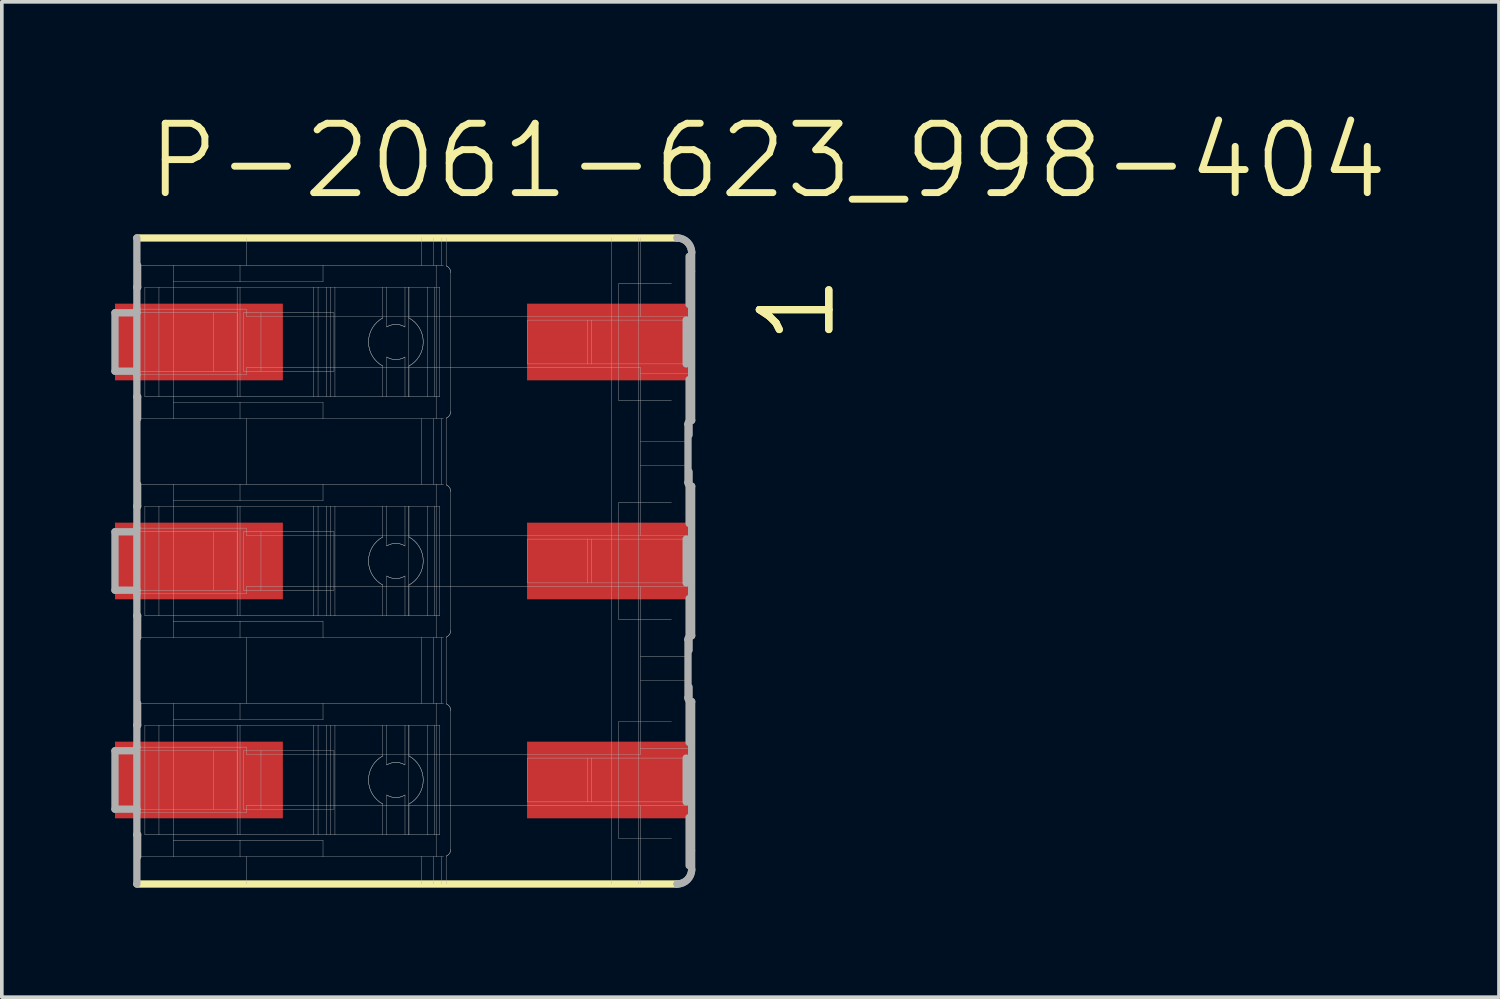
<source format=kicad_pcb>
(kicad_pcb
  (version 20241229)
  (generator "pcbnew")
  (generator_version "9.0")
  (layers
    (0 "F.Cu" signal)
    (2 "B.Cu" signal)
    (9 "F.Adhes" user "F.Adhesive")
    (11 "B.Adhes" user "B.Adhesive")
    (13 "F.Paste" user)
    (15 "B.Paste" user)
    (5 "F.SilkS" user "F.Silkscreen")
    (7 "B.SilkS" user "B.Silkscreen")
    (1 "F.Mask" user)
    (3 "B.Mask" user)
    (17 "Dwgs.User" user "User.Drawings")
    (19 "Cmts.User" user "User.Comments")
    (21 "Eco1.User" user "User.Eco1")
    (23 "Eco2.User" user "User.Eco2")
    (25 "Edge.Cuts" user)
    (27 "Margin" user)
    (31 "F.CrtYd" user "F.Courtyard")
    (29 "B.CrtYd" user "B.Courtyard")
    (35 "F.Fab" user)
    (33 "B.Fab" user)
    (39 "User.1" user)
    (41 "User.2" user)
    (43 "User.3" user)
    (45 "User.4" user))
  (footprint "P-2061-623_998-404"
    (layer "F.Cu")
    (at 8 12.32)
    (property "Reference" "P-2061-623_998-404" (at -7.1 -9.85 0) (layer "F.SilkS") (effects (font (size 1.9 1.9) (thickness 0.19)) (justify left bottom)))
    (attr through_hole)
    (fp_line (start 7.495 -8.85) (end -7.3 -8.85) (stroke (width 0.2) (type solid)) (layer "F.SilkS"))
    (fp_line (start 7.495 8.85) (end -7.3 8.85) (stroke (width 0.2) (type solid)) (layer "F.SilkS"))
    (fp_line (start -7.9 -6.8) (end -7.3 -6.8) (stroke (width 0.2) (type solid)) (layer "F.Fab"))
    (fp_line (start -7.9 -5.2) (end -7.9 -6.8) (stroke (width 0.2) (type solid)) (layer "F.Fab"))
    (fp_line (start -7.9 -5.2) (end -7.35 -5.2) (stroke (width 0.2) (type solid)) (layer "F.Fab"))
    (fp_line (start -7.9 -0.8) (end -7.35 -0.8) (stroke (width 0.2) (type solid)) (layer "F.Fab"))
    (fp_line (start -7.9 0.8) (end -7.9 -0.8) (stroke (width 0.2) (type solid)) (layer "F.Fab"))
    (fp_line (start -7.9 0.8) (end -7.3 0.8) (stroke (width 0.2) (type solid)) (layer "F.Fab"))
    (fp_line (start -7.9 5.2) (end -7.35 5.2) (stroke (width 0.2) (type solid)) (layer "F.Fab"))
    (fp_line (start -7.9 6.8) (end -7.9 5.2) (stroke (width 0.2) (type solid)) (layer "F.Fab"))
    (fp_line (start -7.9 6.8) (end -7.3 6.8) (stroke (width 0.2) (type solid)) (layer "F.Fab"))
    (fp_line (start -7.35 -5.2) (end -5.2 -5.2) (stroke (width 0.01) (type solid)) (layer "F.Fab"))
    (fp_line (start -7.35 -0.8) (end -5.2 -0.8) (stroke (width 0.01) (type solid)) (layer "F.Fab"))
    (fp_line (start -7.35 5.2) (end -5.2 5.2) (stroke (width 0.01) (type solid)) (layer "F.Fab"))
    (fp_line (start -7.3 -7.5) (end -7.3 -8.85) (stroke (width 0.2) (type solid)) (layer "F.Fab"))
    (fp_line (start -7.3 -6.9) (end -7.3 -7.5) (stroke (width 0.2) (type solid)) (layer "F.Fab"))
    (fp_line (start -7.3 -6.8) (end -7.3 -6.9) (stroke (width 0.2) (type solid)) (layer "F.Fab"))
    (fp_line (start -7.3 -6.8) (end -5.2 -6.8) (stroke (width 0.01) (type solid)) (layer "F.Fab"))
    (fp_line (start -7.3 -5.1) (end -7.3 -6.8) (stroke (width 0.2) (type solid)) (layer "F.Fab"))
    (fp_line (start -7.3 -4.5) (end -7.3 -5.1) (stroke (width 0.2) (type solid)) (layer "F.Fab"))
    (fp_line (start -7.3 -1.5) (end -7.3 -4.5) (stroke (width 0.2) (type solid)) (layer "F.Fab"))
    (fp_line (start -7.3 -0.9) (end -7.3 -1.5) (stroke (width 0.2) (type solid)) (layer "F.Fab"))
    (fp_line (start -7.3 0.8) (end -7.3 -0.9) (stroke (width 0.2) (type solid)) (layer "F.Fab"))
    (fp_line (start -7.3 0.8) (end -5.2 0.8) (stroke (width 0.01) (type solid)) (layer "F.Fab"))
    (fp_line (start -7.3 0.9) (end -7.3 0.8) (stroke (width 0.2) (type solid)) (layer "F.Fab"))
    (fp_line (start -7.3 1.5) (end -7.3 0.9) (stroke (width 0.2) (type solid)) (layer "F.Fab"))
    (fp_line (start -7.3 4.5) (end -7.3 1.5) (stroke (width 0.2) (type solid)) (layer "F.Fab"))
    (fp_line (start -7.3 5.1) (end -7.3 4.5) (stroke (width 0.2) (type solid)) (layer "F.Fab"))
    (fp_line (start -7.3 6.8) (end -7.3 5.1) (stroke (width 0.2) (type solid)) (layer "F.Fab"))
    (fp_line (start -7.3 6.8) (end -5.2 6.8) (stroke (width 0.01) (type solid)) (layer "F.Fab"))
    (fp_line (start -7.3 6.9) (end -7.3 6.8) (stroke (width 0.2) (type solid)) (layer "F.Fab"))
    (fp_line (start -7.3 7.5) (end -7.3 6.9) (stroke (width 0.2) (type solid)) (layer "F.Fab"))
    (fp_line (start -7.3 8.85) (end -7.3 7.5) (stroke (width 0.2) (type solid)) (layer "F.Fab"))
    (fp_line (start -7.279 -8.1) (end -7.279 -7.5) (stroke (width 0.2) (type solid)) (layer "F.Fab"))
    (fp_line (start -7.279 -7.5) (end -7.3 -7.5) (stroke (width 0.2) (type solid)) (layer "F.Fab"))
    (fp_line (start -7.279 -4.5) (end -7.3 -4.5) (stroke (width 0.2) (type solid)) (layer "F.Fab"))
    (fp_line (start -7.279 -4.5) (end -7.279 -3.9) (stroke (width 0.2) (type solid)) (layer "F.Fab"))
    (fp_line (start -7.279 -3.9) (end -6.3 -3.9) (stroke (width 0.01) (type solid)) (layer "F.Fab"))
    (fp_line (start -7.279 -2.1) (end -7.279 -1.5) (stroke (width 0.2) (type solid)) (layer "F.Fab"))
    (fp_line (start -7.279 -1.5) (end -7.3 -1.5) (stroke (width 0.2) (type solid)) (layer "F.Fab"))
    (fp_line (start -7.279 1.5) (end -7.3 1.5) (stroke (width 0.2) (type solid)) (layer "F.Fab"))
    (fp_line (start -7.279 1.5) (end -7.279 2.1) (stroke (width 0.2) (type solid)) (layer "F.Fab"))
    (fp_line (start -7.279 2.1) (end -6.3 2.1) (stroke (width 0.01) (type solid)) (layer "F.Fab"))
    (fp_line (start -7.279 3.9) (end -7.279 4.5) (stroke (width 0.2) (type solid)) (layer "F.Fab"))
    (fp_line (start -7.279 4.5) (end -7.3 4.5) (stroke (width 0.2) (type solid)) (layer "F.Fab"))
    (fp_line (start -7.279 7.5) (end -7.3 7.5) (stroke (width 0.2) (type solid)) (layer "F.Fab"))
    (fp_line (start -7.279 7.5) (end -7.279 8.1) (stroke (width 0.2) (type solid)) (layer "F.Fab"))
    (fp_line (start -7.279 8.1) (end -6.3 8.1) (stroke (width 0.01) (type solid)) (layer "F.Fab"))
    (fp_line (start -7.08 -4.5) (end -7.08 -7.5) (stroke (width 0.01) (type solid)) (layer "F.Fab"))
    (fp_line (start -7.08 1.5) (end -7.08 -1.5) (stroke (width 0.01) (type solid)) (layer "F.Fab"))
    (fp_line (start -7.08 7.5) (end -7.08 4.5) (stroke (width 0.01) (type solid)) (layer "F.Fab"))
    (fp_line (start -6.695 -7.5) (end -7.08 -7.5) (stroke (width 0.01) (type solid)) (layer "F.Fab"))
    (fp_line (start -6.695 -4.5) (end -7.08 -4.5) (stroke (width 0.01) (type solid)) (layer "F.Fab"))
    (fp_line (start -6.695 -4.5) (end -6.695 -7.5) (stroke (width 0.01) (type solid)) (layer "F.Fab"))
    (fp_line (start -6.695 -1.5) (end -7.08 -1.5) (stroke (width 0.01) (type solid)) (layer "F.Fab"))
    (fp_line (start -6.695 1.5) (end -7.08 1.5) (stroke (width 0.01) (type solid)) (layer "F.Fab"))
    (fp_line (start -6.695 1.5) (end -6.695 -1.5) (stroke (width 0.01) (type solid)) (layer "F.Fab"))
    (fp_line (start -6.695 4.5) (end -7.08 4.5) (stroke (width 0.01) (type solid)) (layer "F.Fab"))
    (fp_line (start -6.695 7.5) (end -7.08 7.5) (stroke (width 0.01) (type solid)) (layer "F.Fab"))
    (fp_line (start -6.695 7.5) (end -6.695 4.5) (stroke (width 0.01) (type solid)) (layer "F.Fab"))
    (fp_line (start -6.3 -8.1) (end -7.279 -8.1) (stroke (width 0.01) (type solid)) (layer "F.Fab"))
    (fp_line (start -6.3 -7.65) (end -6.3 -8.1) (stroke (width 0.01) (type solid)) (layer "F.Fab"))
    (fp_line (start -6.3 -4.35) (end -6.3 -7.65) (stroke (width 0.01) (type solid)) (layer "F.Fab"))
    (fp_line (start -6.3 -3.9) (end -6.3 -4.35) (stroke (width 0.01) (type solid)) (layer "F.Fab"))
    (fp_line (start -6.3 -3.9) (end -4.474 -3.9) (stroke (width 0.01) (type solid)) (layer "F.Fab"))
    (fp_line (start -6.3 -2.1) (end -7.279 -2.1) (stroke (width 0.01) (type solid)) (layer "F.Fab"))
    (fp_line (start -6.3 -1.65) (end -6.3 -2.1) (stroke (width 0.01) (type solid)) (layer "F.Fab"))
    (fp_line (start -6.3 1.65) (end -6.3 -1.65) (stroke (width 0.01) (type solid)) (layer "F.Fab"))
    (fp_line (start -6.3 2.1) (end -6.3 1.65) (stroke (width 0.01) (type solid)) (layer "F.Fab"))
    (fp_line (start -6.3 2.1) (end -4.474 2.1) (stroke (width 0.01) (type solid)) (layer "F.Fab"))
    (fp_line (start -6.3 3.9) (end -7.279 3.9) (stroke (width 0.01) (type solid)) (layer "F.Fab"))
    (fp_line (start -6.3 4.35) (end -6.3 3.9) (stroke (width 0.01) (type solid)) (layer "F.Fab"))
    (fp_line (start -6.3 7.65) (end -6.3 4.35) (stroke (width 0.01) (type solid)) (layer "F.Fab"))
    (fp_line (start -6.3 8.1) (end -6.3 7.65) (stroke (width 0.01) (type solid)) (layer "F.Fab"))
    (fp_line (start -6.3 8.1) (end -4.474 8.1) (stroke (width 0.01) (type solid)) (layer "F.Fab"))
    (fp_line (start -5.2 -6.8) (end -4.552 -6.8) (stroke (width 0.01) (type solid)) (layer "F.Fab"))
    (fp_line (start -5.2 -5.2) (end -5.2 -6.8) (stroke (width 0.01) (type solid)) (layer "F.Fab"))
    (fp_line (start -5.2 -5.2) (end -4.552 -5.2) (stroke (width 0.01) (type solid)) (layer "F.Fab"))
    (fp_line (start -5.2 -0.8) (end -4.552 -0.8) (stroke (width 0.01) (type solid)) (layer "F.Fab"))
    (fp_line (start -5.2 0.8) (end -5.2 -0.8) (stroke (width 0.01) (type solid)) (layer "F.Fab"))
    (fp_line (start -5.2 0.8) (end -4.552 0.8) (stroke (width 0.01) (type solid)) (layer "F.Fab"))
    (fp_line (start -5.2 5.2) (end -4.552 5.2) (stroke (width 0.01) (type solid)) (layer "F.Fab"))
    (fp_line (start -5.2 6.8) (end -5.2 5.2) (stroke (width 0.01) (type solid)) (layer "F.Fab"))
    (fp_line (start -5.2 6.8) (end -4.552 6.8) (stroke (width 0.01) (type solid)) (layer "F.Fab"))
    (fp_line (start -4.553 -7.5) (end -6.695 -7.5) (stroke (width 0.01) (type solid)) (layer "F.Fab"))
    (fp_line (start -4.553 -4.5) (end -6.695 -4.5) (stroke (width 0.01) (type solid)) (layer "F.Fab"))
    (fp_line (start -4.553 -4.5) (end -4.553 -7.5) (stroke (width 0.01) (type solid)) (layer "F.Fab"))
    (fp_line (start -4.553 -1.5) (end -6.695 -1.5) (stroke (width 0.01) (type solid)) (layer "F.Fab"))
    (fp_line (start -4.553 1.5) (end -6.695 1.5) (stroke (width 0.01) (type solid)) (layer "F.Fab"))
    (fp_line (start -4.553 1.5) (end -4.553 -1.5) (stroke (width 0.01) (type solid)) (layer "F.Fab"))
    (fp_line (start -4.553 4.5) (end -6.695 4.5) (stroke (width 0.01) (type solid)) (layer "F.Fab"))
    (fp_line (start -4.553 7.5) (end -6.695 7.5) (stroke (width 0.01) (type solid)) (layer "F.Fab"))
    (fp_line (start -4.553 7.5) (end -4.553 4.5) (stroke (width 0.01) (type solid)) (layer "F.Fab"))
    (fp_line (start -4.552 -6.8) (end -4.552 -5.2) (stroke (width 0.01) (type solid)) (layer "F.Fab"))
    (fp_line (start -4.552 -0.8) (end -4.552 0.8) (stroke (width 0.01) (type solid)) (layer "F.Fab"))
    (fp_line (start -4.552 5.2) (end -4.552 6.8) (stroke (width 0.01) (type solid)) (layer "F.Fab"))
    (fp_line (start -4.474 -8.1) (end -6.3 -8.1) (stroke (width 0.01) (type solid)) (layer "F.Fab"))
    (fp_line (start -4.474 -7.65) (end -6.3 -7.65) (stroke (width 0.01) (type solid)) (layer "F.Fab"))
    (fp_line (start -4.474 -7.65) (end -4.474 -8.1) (stroke (width 0.01) (type solid)) (layer "F.Fab"))
    (fp_line (start -4.474 -7.5) (end -4.553 -7.5) (stroke (width 0.01) (type solid)) (layer "F.Fab"))
    (fp_line (start -4.474 -4.5) (end -4.553 -4.5) (stroke (width 0.01) (type solid)) (layer "F.Fab"))
    (fp_line (start -4.474 -4.5) (end -4.474 -7.5) (stroke (width 0.01) (type solid)) (layer "F.Fab"))
    (fp_line (start -4.474 -4.35) (end -6.3 -4.35) (stroke (width 0.01) (type solid)) (layer "F.Fab"))
    (fp_line (start -4.474 -4.35) (end -4.474 -3.9) (stroke (width 0.01) (type solid)) (layer "F.Fab"))
    (fp_line (start -4.474 -3.9) (end -4.3 -3.9) (stroke (width 0.01) (type solid)) (layer "F.Fab"))
    (fp_line (start -4.474 -2.1) (end -6.3 -2.1) (stroke (width 0.01) (type solid)) (layer "F.Fab"))
    (fp_line (start -4.474 -1.65) (end -6.3 -1.65) (stroke (width 0.01) (type solid)) (layer "F.Fab"))
    (fp_line (start -4.474 -1.65) (end -4.474 -2.1) (stroke (width 0.01) (type solid)) (layer "F.Fab"))
    (fp_line (start -4.474 -1.5) (end -4.553 -1.5) (stroke (width 0.01) (type solid)) (layer "F.Fab"))
    (fp_line (start -4.474 1.5) (end -4.553 1.5) (stroke (width 0.01) (type solid)) (layer "F.Fab"))
    (fp_line (start -4.474 1.5) (end -4.474 -1.5) (stroke (width 0.01) (type solid)) (layer "F.Fab"))
    (fp_line (start -4.474 1.65) (end -6.3 1.65) (stroke (width 0.01) (type solid)) (layer "F.Fab"))
    (fp_line (start -4.474 1.65) (end -4.474 2.1) (stroke (width 0.01) (type solid)) (layer "F.Fab"))
    (fp_line (start -4.474 2.1) (end -4.3 2.1) (stroke (width 0.01) (type solid)) (layer "F.Fab"))
    (fp_line (start -4.474 3.9) (end -6.3 3.9) (stroke (width 0.01) (type solid)) (layer "F.Fab"))
    (fp_line (start -4.474 4.35) (end -6.3 4.35) (stroke (width 0.01) (type solid)) (layer "F.Fab"))
    (fp_line (start -4.474 4.35) (end -4.474 3.9) (stroke (width 0.01) (type solid)) (layer "F.Fab"))
    (fp_line (start -4.474 4.5) (end -4.553 4.5) (stroke (width 0.01) (type solid)) (layer "F.Fab"))
    (fp_line (start -4.474 7.5) (end -4.553 7.5) (stroke (width 0.01) (type solid)) (layer "F.Fab"))
    (fp_line (start -4.474 7.5) (end -4.474 4.5) (stroke (width 0.01) (type solid)) (layer "F.Fab"))
    (fp_line (start -4.474 7.65) (end -6.3 7.65) (stroke (width 0.01) (type solid)) (layer "F.Fab"))
    (fp_line (start -4.474 7.65) (end -4.474 8.1) (stroke (width 0.01) (type solid)) (layer "F.Fab"))
    (fp_line (start -4.474 8.1) (end -4.3 8.1) (stroke (width 0.01) (type solid)) (layer "F.Fab"))
    (fp_line (start -4.382 -5.2) (end -4.382 -6.8) (stroke (width 0.01) (type solid)) (layer "F.Fab"))
    (fp_line (start -4.382 0.8) (end -4.382 -0.8) (stroke (width 0.01) (type solid)) (layer "F.Fab"))
    (fp_line (start -4.382 6.8) (end -4.382 5.2) (stroke (width 0.01) (type solid)) (layer "F.Fab"))
    (fp_line (start -4.3 -8.1) (end -4.474 -8.1) (stroke (width 0.01) (type solid)) (layer "F.Fab"))
    (fp_line (start -4.3 -8.1) (end -4.3 -8.85) (stroke (width 0.01) (type solid)) (layer "F.Fab"))
    (fp_line (start -4.3 -6.9) (end -7.3 -6.9) (stroke (width 0.01) (type solid)) (layer "F.Fab"))
    (fp_line (start -4.3 -6.7) (end -4.3 -6.9) (stroke (width 0.01) (type solid)) (layer "F.Fab"))
    (fp_line (start -4.3 -6.7) (end 6.5 -6.7) (stroke (width 0.01) (type solid)) (layer "F.Fab"))
    (fp_line (start -4.3 -5.3) (end 6.5 -5.3) (stroke (width 0.01) (type solid)) (layer "F.Fab"))
    (fp_line (start -4.3 -5.1) (end -7.3 -5.1) (stroke (width 0.01) (type solid)) (layer "F.Fab"))
    (fp_line (start -4.3 -5.1) (end -4.3 -5.3) (stroke (width 0.01) (type solid)) (layer "F.Fab"))
    (fp_line (start -4.3 -3.9) (end -2.2 -3.9) (stroke (width 0.01) (type solid)) (layer "F.Fab"))
    (fp_line (start -4.3 -2.1) (end -4.474 -2.1) (stroke (width 0.01) (type solid)) (layer "F.Fab"))
    (fp_line (start -4.3 -2.1) (end -4.3 -3.9) (stroke (width 0.01) (type solid)) (layer "F.Fab"))
    (fp_line (start -4.3 -0.9) (end -7.3 -0.9) (stroke (width 0.01) (type solid)) (layer "F.Fab"))
    (fp_line (start -4.3 -0.7) (end -4.3 -0.9) (stroke (width 0.01) (type solid)) (layer "F.Fab"))
    (fp_line (start -4.3 -0.7) (end 6.5 -0.7) (stroke (width 0.01) (type solid)) (layer "F.Fab"))
    (fp_line (start -4.3 0.7) (end 6.5 0.7) (stroke (width 0.01) (type solid)) (layer "F.Fab"))
    (fp_line (start -4.3 0.9) (end -7.3 0.9) (stroke (width 0.01) (type solid)) (layer "F.Fab"))
    (fp_line (start -4.3 0.9) (end -4.3 0.7) (stroke (width 0.01) (type solid)) (layer "F.Fab"))
    (fp_line (start -4.3 2.1) (end -2.2 2.1) (stroke (width 0.01) (type solid)) (layer "F.Fab"))
    (fp_line (start -4.3 3.9) (end -4.474 3.9) (stroke (width 0.01) (type solid)) (layer "F.Fab"))
    (fp_line (start -4.3 3.9) (end -4.3 2.1) (stroke (width 0.01) (type solid)) (layer "F.Fab"))
    (fp_line (start -4.3 5.1) (end -7.3 5.1) (stroke (width 0.01) (type solid)) (layer "F.Fab"))
    (fp_line (start -4.3 5.3) (end -4.3 5.1) (stroke (width 0.01) (type solid)) (layer "F.Fab"))
    (fp_line (start -4.3 5.3) (end 6.5 5.3) (stroke (width 0.01) (type solid)) (layer "F.Fab"))
    (fp_line (start -4.3 6.7) (end 6.5 6.7) (stroke (width 0.01) (type solid)) (layer "F.Fab"))
    (fp_line (start -4.3 6.9) (end -7.3 6.9) (stroke (width 0.01) (type solid)) (layer "F.Fab"))
    (fp_line (start -4.3 6.9) (end -4.3 6.7) (stroke (width 0.01) (type solid)) (layer "F.Fab"))
    (fp_line (start -4.3 8.1) (end -2.2 8.1) (stroke (width 0.01) (type solid)) (layer "F.Fab"))
    (fp_line (start -4.3 8.85) (end -4.3 8.1) (stroke (width 0.01) (type solid)) (layer "F.Fab"))
    (fp_line (start -3.9 -6.8) (end -4.382 -6.8) (stroke (width 0.01) (type solid)) (layer "F.Fab"))
    (fp_line (start -3.9 -5.2) (end -4.382 -5.2) (stroke (width 0.01) (type solid)) (layer "F.Fab"))
    (fp_line (start -3.9 -5.2) (end -3.9 -6.8) (stroke (width 0.01) (type solid)) (layer "F.Fab"))
    (fp_line (start -3.9 -0.8) (end -4.382 -0.8) (stroke (width 0.01) (type solid)) (layer "F.Fab"))
    (fp_line (start -3.9 0.8) (end -4.382 0.8) (stroke (width 0.01) (type solid)) (layer "F.Fab"))
    (fp_line (start -3.9 0.8) (end -3.9 -0.8) (stroke (width 0.01) (type solid)) (layer "F.Fab"))
    (fp_line (start -3.9 5.2) (end -4.382 5.2) (stroke (width 0.01) (type solid)) (layer "F.Fab"))
    (fp_line (start -3.9 6.8) (end -4.382 6.8) (stroke (width 0.01) (type solid)) (layer "F.Fab"))
    (fp_line (start -3.9 6.8) (end -3.9 5.2) (stroke (width 0.01) (type solid)) (layer "F.Fab"))
    (fp_line (start -2.457 -7.5) (end -4.474 -7.5) (stroke (width 0.01) (type solid)) (layer "F.Fab"))
    (fp_line (start -2.457 -4.5) (end -4.474 -4.5) (stroke (width 0.01) (type solid)) (layer "F.Fab"))
    (fp_line (start -2.457 -4.5) (end -2.457 -7.5) (stroke (width 0.01) (type solid)) (layer "F.Fab"))
    (fp_line (start -2.457 -1.5) (end -4.474 -1.5) (stroke (width 0.01) (type solid)) (layer "F.Fab"))
    (fp_line (start -2.457 1.5) (end -4.474 1.5) (stroke (width 0.01) (type solid)) (layer "F.Fab"))
    (fp_line (start -2.457 1.5) (end -2.457 -1.5) (stroke (width 0.01) (type solid)) (layer "F.Fab"))
    (fp_line (start -2.457 4.5) (end -4.474 4.5) (stroke (width 0.01) (type solid)) (layer "F.Fab"))
    (fp_line (start -2.457 7.5) (end -4.474 7.5) (stroke (width 0.01) (type solid)) (layer "F.Fab"))
    (fp_line (start -2.457 7.5) (end -2.457 4.5) (stroke (width 0.01) (type solid)) (layer "F.Fab"))
    (fp_line (start -2.336 -7.5) (end -2.457 -7.5) (stroke (width 0.01) (type solid)) (layer "F.Fab"))
    (fp_line (start -2.336 -4.5) (end -2.457 -4.5) (stroke (width 0.01) (type solid)) (layer "F.Fab"))
    (fp_line (start -2.336 -4.5) (end -2.336 -7.5) (stroke (width 0.01) (type solid)) (layer "F.Fab"))
    (fp_line (start -2.336 -1.5) (end -2.457 -1.5) (stroke (width 0.01) (type solid)) (layer "F.Fab"))
    (fp_line (start -2.336 1.5) (end -2.457 1.5) (stroke (width 0.01) (type solid)) (layer "F.Fab"))
    (fp_line (start -2.336 1.5) (end -2.336 -1.5) (stroke (width 0.01) (type solid)) (layer "F.Fab"))
    (fp_line (start -2.336 4.5) (end -2.457 4.5) (stroke (width 0.01) (type solid)) (layer "F.Fab"))
    (fp_line (start -2.336 7.5) (end -2.457 7.5) (stroke (width 0.01) (type solid)) (layer "F.Fab"))
    (fp_line (start -2.336 7.5) (end -2.336 4.5) (stroke (width 0.01) (type solid)) (layer "F.Fab"))
    (fp_line (start -2.2 -8.1) (end -4.3 -8.1) (stroke (width 0.01) (type solid)) (layer "F.Fab"))
    (fp_line (start -2.2 -7.65) (end -4.474 -7.65) (stroke (width 0.01) (type solid)) (layer "F.Fab"))
    (fp_line (start -2.2 -7.65) (end -2.2 -8.1) (stroke (width 0.01) (type solid)) (layer "F.Fab"))
    (fp_line (start -2.2 -4.35) (end -4.474 -4.35) (stroke (width 0.01) (type solid)) (layer "F.Fab"))
    (fp_line (start -2.2 -4.35) (end -2.2 -3.9) (stroke (width 0.01) (type solid)) (layer "F.Fab"))
    (fp_line (start -2.2 -3.9) (end 0.507 -3.9) (stroke (width 0.01) (type solid)) (layer "F.Fab"))
    (fp_line (start -2.2 -2.1) (end -4.3 -2.1) (stroke (width 0.01) (type solid)) (layer "F.Fab"))
    (fp_line (start -2.2 -1.65) (end -4.474 -1.65) (stroke (width 0.01) (type solid)) (layer "F.Fab"))
    (fp_line (start -2.2 -1.65) (end -2.2 -2.1) (stroke (width 0.01) (type solid)) (layer "F.Fab"))
    (fp_line (start -2.2 1.65) (end -4.474 1.65) (stroke (width 0.01) (type solid)) (layer "F.Fab"))
    (fp_line (start -2.2 1.65) (end -2.2 2.1) (stroke (width 0.01) (type solid)) (layer "F.Fab"))
    (fp_line (start -2.2 2.1) (end 0.507 2.1) (stroke (width 0.01) (type solid)) (layer "F.Fab"))
    (fp_line (start -2.2 3.9) (end -4.3 3.9) (stroke (width 0.01) (type solid)) (layer "F.Fab"))
    (fp_line (start -2.2 4.35) (end -4.474 4.35) (stroke (width 0.01) (type solid)) (layer "F.Fab"))
    (fp_line (start -2.2 4.35) (end -2.2 3.9) (stroke (width 0.01) (type solid)) (layer "F.Fab"))
    (fp_line (start -2.2 7.65) (end -4.474 7.65) (stroke (width 0.01) (type solid)) (layer "F.Fab"))
    (fp_line (start -2.2 7.65) (end -2.2 8.1) (stroke (width 0.01) (type solid)) (layer "F.Fab"))
    (fp_line (start -2.2 8.1) (end 0.507 8.1) (stroke (width 0.01) (type solid)) (layer "F.Fab"))
    (fp_line (start -2.104 -7.5) (end -2.336 -7.5) (stroke (width 0.01) (type solid)) (layer "F.Fab"))
    (fp_line (start -2.104 -4.5) (end -2.336 -4.5) (stroke (width 0.01) (type solid)) (layer "F.Fab"))
    (fp_line (start -2.104 -4.5) (end -2.104 -7.5) (stroke (width 0.01) (type solid)) (layer "F.Fab"))
    (fp_line (start -2.104 -1.5) (end -2.336 -1.5) (stroke (width 0.01) (type solid)) (layer "F.Fab"))
    (fp_line (start -2.104 1.5) (end -2.336 1.5) (stroke (width 0.01) (type solid)) (layer "F.Fab"))
    (fp_line (start -2.104 1.5) (end -2.104 -1.5) (stroke (width 0.01) (type solid)) (layer "F.Fab"))
    (fp_line (start -2.104 4.5) (end -2.336 4.5) (stroke (width 0.01) (type solid)) (layer "F.Fab"))
    (fp_line (start -2.104 7.5) (end -2.336 7.5) (stroke (width 0.01) (type solid)) (layer "F.Fab"))
    (fp_line (start -2.104 7.5) (end -2.104 4.5) (stroke (width 0.01) (type solid)) (layer "F.Fab"))
    (fp_line (start -1.988 -7.5) (end -2.104 -7.5) (stroke (width 0.01) (type solid)) (layer "F.Fab"))
    (fp_line (start -1.988 -4.5) (end -2.104 -4.5) (stroke (width 0.01) (type solid)) (layer "F.Fab"))
    (fp_line (start -1.988 -4.5) (end -1.988 -7.5) (stroke (width 0.01) (type solid)) (layer "F.Fab"))
    (fp_line (start -1.988 -1.5) (end -2.104 -1.5) (stroke (width 0.01) (type solid)) (layer "F.Fab"))
    (fp_line (start -1.988 1.5) (end -2.104 1.5) (stroke (width 0.01) (type solid)) (layer "F.Fab"))
    (fp_line (start -1.988 1.5) (end -1.988 -1.5) (stroke (width 0.01) (type solid)) (layer "F.Fab"))
    (fp_line (start -1.988 4.5) (end -2.104 4.5) (stroke (width 0.01) (type solid)) (layer "F.Fab"))
    (fp_line (start -1.988 7.5) (end -2.104 7.5) (stroke (width 0.01) (type solid)) (layer "F.Fab"))
    (fp_line (start -1.988 7.5) (end -1.988 4.5) (stroke (width 0.01) (type solid)) (layer "F.Fab"))
    (fp_line (start -1.9 -6.8) (end -3.9 -6.8) (stroke (width 0.01) (type solid)) (layer "F.Fab"))
    (fp_line (start -1.9 -5.2) (end -3.9 -5.2) (stroke (width 0.01) (type solid)) (layer "F.Fab"))
    (fp_line (start -1.9 -5.2) (end -1.9 -6.8) (stroke (width 0.01) (type solid)) (layer "F.Fab"))
    (fp_line (start -1.9 -0.8) (end -3.9 -0.8) (stroke (width 0.01) (type solid)) (layer "F.Fab"))
    (fp_line (start -1.9 0.8) (end -3.9 0.8) (stroke (width 0.01) (type solid)) (layer "F.Fab"))
    (fp_line (start -1.9 0.8) (end -1.9 -0.8) (stroke (width 0.01) (type solid)) (layer "F.Fab"))
    (fp_line (start -1.9 5.2) (end -3.9 5.2) (stroke (width 0.01) (type solid)) (layer "F.Fab"))
    (fp_line (start -1.9 6.8) (end -3.9 6.8) (stroke (width 0.01) (type solid)) (layer "F.Fab"))
    (fp_line (start -1.9 6.8) (end -1.9 5.2) (stroke (width 0.01) (type solid)) (layer "F.Fab"))
    (fp_line (start -1.873 -7.5) (end -1.988 -7.5) (stroke (width 0.01) (type solid)) (layer "F.Fab"))
    (fp_line (start -1.873 -4.5) (end -1.988 -4.5) (stroke (width 0.01) (type solid)) (layer "F.Fab"))
    (fp_line (start -1.873 -4.5) (end -1.873 -7.5) (stroke (width 0.01) (type solid)) (layer "F.Fab"))
    (fp_line (start -1.873 -1.5) (end -1.988 -1.5) (stroke (width 0.01) (type solid)) (layer "F.Fab"))
    (fp_line (start -1.873 1.5) (end -1.988 1.5) (stroke (width 0.01) (type solid)) (layer "F.Fab"))
    (fp_line (start -1.873 1.5) (end -1.873 -1.5) (stroke (width 0.01) (type solid)) (layer "F.Fab"))
    (fp_line (start -1.873 4.5) (end -1.988 4.5) (stroke (width 0.01) (type solid)) (layer "F.Fab"))
    (fp_line (start -1.873 7.5) (end -1.988 7.5) (stroke (width 0.01) (type solid)) (layer "F.Fab"))
    (fp_line (start -1.873 7.5) (end -1.873 4.5) (stroke (width 0.01) (type solid)) (layer "F.Fab"))
    (fp_line (start -0.563 -7.5) (end -1.873 -7.5) (stroke (width 0.01) (type solid)) (layer "F.Fab"))
    (fp_line (start -0.563 -6.658) (end -0.563 -7.5) (stroke (width 0.01) (type solid)) (layer "F.Fab"))
    (fp_line (start -0.563 -4.5) (end -1.873 -4.5) (stroke (width 0.01) (type solid)) (layer "F.Fab"))
    (fp_line (start -0.563 -4.5) (end -0.563 -5.342) (stroke (width 0.01) (type solid)) (layer "F.Fab"))
    (fp_line (start -0.563 -1.5) (end -1.873 -1.5) (stroke (width 0.01) (type solid)) (layer "F.Fab"))
    (fp_line (start -0.563 -0.658) (end -0.563 -1.5) (stroke (width 0.01) (type solid)) (layer "F.Fab"))
    (fp_line (start -0.563 1.5) (end -1.873 1.5) (stroke (width 0.01) (type solid)) (layer "F.Fab"))
    (fp_line (start -0.563 1.5) (end -0.563 0.658) (stroke (width 0.01) (type solid)) (layer "F.Fab"))
    (fp_line (start -0.563 4.5) (end -1.873 4.5) (stroke (width 0.01) (type solid)) (layer "F.Fab"))
    (fp_line (start -0.563 5.342) (end -0.563 4.5) (stroke (width 0.01) (type solid)) (layer "F.Fab"))
    (fp_line (start -0.563 7.5) (end -1.873 7.5) (stroke (width 0.01) (type solid)) (layer "F.Fab"))
    (fp_line (start -0.563 7.5) (end -0.563 6.658) (stroke (width 0.01) (type solid)) (layer "F.Fab"))
    (fp_line (start -0.454 -7.5) (end -0.563 -7.5) (stroke (width 0.01) (type solid)) (layer "F.Fab"))
    (fp_line (start -0.454 -6.412) (end -0.454 -7.5) (stroke (width 0.01) (type solid)) (layer "F.Fab"))
    (fp_line (start -0.454 -4.5) (end -0.563 -4.5) (stroke (width 0.01) (type solid)) (layer "F.Fab"))
    (fp_line (start -0.454 -4.5) (end -0.454 -5.588) (stroke (width 0.01) (type solid)) (layer "F.Fab"))
    (fp_line (start -0.454 -1.5) (end -0.563 -1.5) (stroke (width 0.01) (type solid)) (layer "F.Fab"))
    (fp_line (start -0.454 -0.412) (end -0.454 -1.5) (stroke (width 0.01) (type solid)) (layer "F.Fab"))
    (fp_line (start -0.454 1.5) (end -0.563 1.5) (stroke (width 0.01) (type solid)) (layer "F.Fab"))
    (fp_line (start -0.454 1.5) (end -0.454 0.412) (stroke (width 0.01) (type solid)) (layer "F.Fab"))
    (fp_line (start -0.454 4.5) (end -0.563 4.5) (stroke (width 0.01) (type solid)) (layer "F.Fab"))
    (fp_line (start -0.454 5.588) (end -0.454 4.5) (stroke (width 0.01) (type solid)) (layer "F.Fab"))
    (fp_line (start -0.454 7.5) (end -0.563 7.5) (stroke (width 0.01) (type solid)) (layer "F.Fab"))
    (fp_line (start -0.454 7.5) (end -0.454 6.412) (stroke (width 0.01) (type solid)) (layer "F.Fab"))
    (fp_line (start 0.046 -7.5) (end -0.454 -7.5) (stroke (width 0.01) (type solid)) (layer "F.Fab"))
    (fp_line (start 0.046 -6.412) (end 0.046 -7.5) (stroke (width 0.01) (type solid)) (layer "F.Fab"))
    (fp_line (start 0.046 -4.5) (end -0.454 -4.5) (stroke (width 0.01) (type solid)) (layer "F.Fab"))
    (fp_line (start 0.046 -4.5) (end 0.046 -5.588) (stroke (width 0.01) (type solid)) (layer "F.Fab"))
    (fp_line (start 0.046 -1.5) (end -0.454 -1.5) (stroke (width 0.01) (type solid)) (layer "F.Fab"))
    (fp_line (start 0.046 -0.412) (end 0.046 -1.5) (stroke (width 0.01) (type solid)) (layer "F.Fab"))
    (fp_line (start 0.046 1.5) (end -0.454 1.5) (stroke (width 0.01) (type solid)) (layer "F.Fab"))
    (fp_line (start 0.046 1.5) (end 0.046 0.412) (stroke (width 0.01) (type solid)) (layer "F.Fab"))
    (fp_line (start 0.046 4.5) (end -0.454 4.5) (stroke (width 0.01) (type solid)) (layer "F.Fab"))
    (fp_line (start 0.046 5.588) (end 0.046 4.5) (stroke (width 0.01) (type solid)) (layer "F.Fab"))
    (fp_line (start 0.046 7.5) (end -0.454 7.5) (stroke (width 0.01) (type solid)) (layer "F.Fab"))
    (fp_line (start 0.046 7.5) (end 0.046 6.412) (stroke (width 0.01) (type solid)) (layer "F.Fab"))
    (fp_line (start 0.151 -7.5) (end 0.046 -7.5) (stroke (width 0.01) (type solid)) (layer "F.Fab"))
    (fp_line (start 0.151 -4.5) (end 0.046 -4.5) (stroke (width 0.01) (type solid)) (layer "F.Fab"))
    (fp_line (start 0.151 -4.5) (end 0.151 -7.5) (stroke (width 0.01) (type solid)) (layer "F.Fab"))
    (fp_line (start 0.151 -1.5) (end 0.046 -1.5) (stroke (width 0.01) (type solid)) (layer "F.Fab"))
    (fp_line (start 0.151 1.5) (end 0.046 1.5) (stroke (width 0.01) (type solid)) (layer "F.Fab"))
    (fp_line (start 0.151 1.5) (end 0.151 -1.5) (stroke (width 0.01) (type solid)) (layer "F.Fab"))
    (fp_line (start 0.151 4.5) (end 0.046 4.5) (stroke (width 0.01) (type solid)) (layer "F.Fab"))
    (fp_line (start 0.151 7.5) (end 0.046 7.5) (stroke (width 0.01) (type solid)) (layer "F.Fab"))
    (fp_line (start 0.151 7.5) (end 0.151 4.5) (stroke (width 0.01) (type solid)) (layer "F.Fab"))
    (fp_line (start 0.155 -7.5) (end 0.151 -7.5) (stroke (width 0.01) (type solid)) (layer "F.Fab"))
    (fp_line (start 0.155 -6.658) (end 0.155 -7.5) (stroke (width 0.01) (type solid)) (layer "F.Fab"))
    (fp_line (start 0.155 -4.5) (end 0.151 -4.5) (stroke (width 0.01) (type solid)) (layer "F.Fab"))
    (fp_line (start 0.155 -4.5) (end 0.155 -5.342) (stroke (width 0.01) (type solid)) (layer "F.Fab"))
    (fp_line (start 0.155 -1.5) (end 0.151 -1.5) (stroke (width 0.01) (type solid)) (layer "F.Fab"))
    (fp_line (start 0.155 -0.658) (end 0.155 -1.5) (stroke (width 0.01) (type solid)) (layer "F.Fab"))
    (fp_line (start 0.155 1.5) (end 0.151 1.5) (stroke (width 0.01) (type solid)) (layer "F.Fab"))
    (fp_line (start 0.155 1.5) (end 0.155 0.658) (stroke (width 0.01) (type solid)) (layer "F.Fab"))
    (fp_line (start 0.155 4.5) (end 0.151 4.5) (stroke (width 0.01) (type solid)) (layer "F.Fab"))
    (fp_line (start 0.155 5.342) (end 0.155 4.5) (stroke (width 0.01) (type solid)) (layer "F.Fab"))
    (fp_line (start 0.155 7.5) (end 0.151 7.5) (stroke (width 0.01) (type solid)) (layer "F.Fab"))
    (fp_line (start 0.155 7.5) (end 0.155 6.658) (stroke (width 0.01) (type solid)) (layer "F.Fab"))
    (fp_line (start 0.507 -8.1) (end -2.2 -8.1) (stroke (width 0.01) (type solid)) (layer "F.Fab"))
    (fp_line (start 0.507 -8.1) (end 0.507 -8.85) (stroke (width 0.01) (type solid)) (layer "F.Fab"))
    (fp_line (start 0.507 -3.9) (end 0.832 -3.9) (stroke (width 0.01) (type solid)) (layer "F.Fab"))
    (fp_line (start 0.507 -2.1) (end -2.2 -2.1) (stroke (width 0.01) (type solid)) (layer "F.Fab"))
    (fp_line (start 0.507 -2.1) (end 0.507 -3.9) (stroke (width 0.01) (type solid)) (layer "F.Fab"))
    (fp_line (start 0.507 2.1) (end 0.832 2.1) (stroke (width 0.01) (type solid)) (layer "F.Fab"))
    (fp_line (start 0.507 3.9) (end -2.2 3.9) (stroke (width 0.01) (type solid)) (layer "F.Fab"))
    (fp_line (start 0.507 3.9) (end 0.507 2.1) (stroke (width 0.01) (type solid)) (layer "F.Fab"))
    (fp_line (start 0.507 8.1) (end 0.832 8.1) (stroke (width 0.01) (type solid)) (layer "F.Fab"))
    (fp_line (start 0.507 8.85) (end 0.507 8.1) (stroke (width 0.01) (type solid)) (layer "F.Fab"))
    (fp_line (start 0.655 -7.5) (end 0.155 -7.5) (stroke (width 0.01) (type solid)) (layer "F.Fab"))
    (fp_line (start 0.655 -4.5) (end 0.155 -4.5) (stroke (width 0.01) (type solid)) (layer "F.Fab"))
    (fp_line (start 0.655 -4.5) (end 0.655 -7.5) (stroke (width 0.01) (type solid)) (layer "F.Fab"))
    (fp_line (start 0.655 -1.5) (end 0.155 -1.5) (stroke (width 0.01) (type solid)) (layer "F.Fab"))
    (fp_line (start 0.655 1.5) (end 0.155 1.5) (stroke (width 0.01) (type solid)) (layer "F.Fab"))
    (fp_line (start 0.655 1.5) (end 0.655 -1.5) (stroke (width 0.01) (type solid)) (layer "F.Fab"))
    (fp_line (start 0.655 4.5) (end 0.155 4.5) (stroke (width 0.01) (type solid)) (layer "F.Fab"))
    (fp_line (start 0.655 7.5) (end 0.155 7.5) (stroke (width 0.01) (type solid)) (layer "F.Fab"))
    (fp_line (start 0.655 7.5) (end 0.655 4.5) (stroke (width 0.01) (type solid)) (layer "F.Fab"))
    (fp_line (start 0.832 -8.1) (end 0.507 -8.1) (stroke (width 0.01) (type solid)) (layer "F.Fab"))
    (fp_line (start 0.832 -8.1) (end 0.832 -8.85) (stroke (width 0.01) (type solid)) (layer "F.Fab"))
    (fp_line (start 0.832 -3.9) (end 0.9 -3.9) (stroke (width 0.01) (type solid)) (layer "F.Fab"))
    (fp_line (start 0.832 -2.1) (end 0.507 -2.1) (stroke (width 0.01) (type solid)) (layer "F.Fab"))
    (fp_line (start 0.832 -2.1) (end 0.832 -3.9) (stroke (width 0.01) (type solid)) (layer "F.Fab"))
    (fp_line (start 0.832 2.1) (end 0.9 2.1) (stroke (width 0.01) (type solid)) (layer "F.Fab"))
    (fp_line (start 0.832 3.9) (end 0.507 3.9) (stroke (width 0.01) (type solid)) (layer "F.Fab"))
    (fp_line (start 0.832 3.9) (end 0.832 2.1) (stroke (width 0.01) (type solid)) (layer "F.Fab"))
    (fp_line (start 0.832 8.1) (end 0.9 8.1) (stroke (width 0.01) (type solid)) (layer "F.Fab"))
    (fp_line (start 0.832 8.85) (end 0.832 8.1) (stroke (width 0.01) (type solid)) (layer "F.Fab"))
    (fp_line (start 0.853 -7.5) (end 0.655 -7.5) (stroke (width 0.01) (type solid)) (layer "F.Fab"))
    (fp_line (start 0.853 -4.5) (end 0.655 -4.5) (stroke (width 0.01) (type solid)) (layer "F.Fab"))
    (fp_line (start 0.853 -4.5) (end 0.853 -7.5) (stroke (width 0.01) (type solid)) (layer "F.Fab"))
    (fp_line (start 0.853 -1.5) (end 0.655 -1.5) (stroke (width 0.01) (type solid)) (layer "F.Fab"))
    (fp_line (start 0.853 1.5) (end 0.655 1.5) (stroke (width 0.01) (type solid)) (layer "F.Fab"))
    (fp_line (start 0.853 1.5) (end 0.853 -1.5) (stroke (width 0.01) (type solid)) (layer "F.Fab"))
    (fp_line (start 0.853 4.5) (end 0.655 4.5) (stroke (width 0.01) (type solid)) (layer "F.Fab"))
    (fp_line (start 0.853 7.5) (end 0.655 7.5) (stroke (width 0.01) (type solid)) (layer "F.Fab"))
    (fp_line (start 0.853 7.5) (end 0.853 4.5) (stroke (width 0.01) (type solid)) (layer "F.Fab"))
    (fp_line (start 0.9 -8.1) (end 0.832 -8.1) (stroke (width 0.01) (type solid)) (layer "F.Fab"))
    (fp_line (start 0.9 -3.9) (end 0.9 -8.1) (stroke (width 0.01) (type solid)) (layer "F.Fab"))
    (fp_line (start 0.9 -3.9) (end 1.044 -3.9) (stroke (width 0.01) (type solid)) (layer "F.Fab"))
    (fp_line (start 0.9 -2.1) (end 0.832 -2.1) (stroke (width 0.01) (type solid)) (layer "F.Fab"))
    (fp_line (start 0.9 2.1) (end 0.9 -2.1) (stroke (width 0.01) (type solid)) (layer "F.Fab"))
    (fp_line (start 0.9 2.1) (end 1.044 2.1) (stroke (width 0.01) (type solid)) (layer "F.Fab"))
    (fp_line (start 0.9 3.9) (end 0.832 3.9) (stroke (width 0.01) (type solid)) (layer "F.Fab"))
    (fp_line (start 0.9 8.1) (end 0.9 3.9) (stroke (width 0.01) (type solid)) (layer "F.Fab"))
    (fp_line (start 0.9 8.1) (end 1.044 8.1) (stroke (width 0.01) (type solid)) (layer "F.Fab"))
    (fp_line (start 1 -7.5) (end 0.853 -7.5) (stroke (width 0.01) (type solid)) (layer "F.Fab"))
    (fp_line (start 1 -4.5) (end 0.853 -4.5) (stroke (width 0.01) (type solid)) (layer "F.Fab"))
    (fp_line (start 1 -4.5) (end 1 -7.5) (stroke (width 0.01) (type solid)) (layer "F.Fab"))
    (fp_line (start 1 -1.5) (end 0.853 -1.5) (stroke (width 0.01) (type solid)) (layer "F.Fab"))
    (fp_line (start 1 1.5) (end 0.853 1.5) (stroke (width 0.01) (type solid)) (layer "F.Fab"))
    (fp_line (start 1 1.5) (end 1 -1.5) (stroke (width 0.01) (type solid)) (layer "F.Fab"))
    (fp_line (start 1 4.5) (end 0.853 4.5) (stroke (width 0.01) (type solid)) (layer "F.Fab"))
    (fp_line (start 1 7.5) (end 0.853 7.5) (stroke (width 0.01) (type solid)) (layer "F.Fab"))
    (fp_line (start 1 7.5) (end 1 4.5) (stroke (width 0.01) (type solid)) (layer "F.Fab"))
    (fp_line (start 1.044 -8.1) (end 0.9 -8.1) (stroke (width 0.01) (type solid)) (layer "F.Fab"))
    (fp_line (start 1.044 -8.1) (end 1.044 -8.85) (stroke (width 0.01) (type solid)) (layer "F.Fab"))
    (fp_line (start 1.044 -3.9) (end 1.1 -3.9) (stroke (width 0.01) (type solid)) (layer "F.Fab"))
    (fp_line (start 1.044 -2.1) (end 0.9 -2.1) (stroke (width 0.01) (type solid)) (layer "F.Fab"))
    (fp_line (start 1.044 -2.1) (end 1.044 -3.9) (stroke (width 0.01) (type solid)) (layer "F.Fab"))
    (fp_line (start 1.044 2.1) (end 1.1 2.1) (stroke (width 0.01) (type solid)) (layer "F.Fab"))
    (fp_line (start 1.044 3.9) (end 0.9 3.9) (stroke (width 0.01) (type solid)) (layer "F.Fab"))
    (fp_line (start 1.044 3.9) (end 1.044 2.1) (stroke (width 0.01) (type solid)) (layer "F.Fab"))
    (fp_line (start 1.044 8.1) (end 1.1 8.1) (stroke (width 0.01) (type solid)) (layer "F.Fab"))
    (fp_line (start 1.044 8.85) (end 1.044 8.1) (stroke (width 0.01) (type solid)) (layer "F.Fab"))
    (fp_line (start 1.1 -8.1) (end 1.044 -8.1) (stroke (width 0.01) (type solid)) (layer "F.Fab"))
    (fp_line (start 1.1 -2.1) (end 1.044 -2.1) (stroke (width 0.01) (type solid)) (layer "F.Fab"))
    (fp_line (start 1.1 3.9) (end 1.044 3.9) (stroke (width 0.01) (type solid)) (layer "F.Fab"))
    (fp_line (start 1.174 -8.086) (end 1.174 -8.85) (stroke (width 0.01) (type solid)) (layer "F.Fab"))
    (fp_line (start 1.174 -2.086) (end 1.174 -3.914) (stroke (width 0.01) (type solid)) (layer "F.Fab"))
    (fp_line (start 1.174 3.914) (end 1.174 2.086) (stroke (width 0.01) (type solid)) (layer "F.Fab"))
    (fp_line (start 1.174 8.85) (end 1.174 8.086) (stroke (width 0.01) (type solid)) (layer "F.Fab"))
    (fp_line (start 1.3 -4.1) (end 1.3 -7.9) (stroke (width 0.01) (type solid)) (layer "F.Fab"))
    (fp_line (start 1.3 1.9) (end 1.3 -1.9) (stroke (width 0.01) (type solid)) (layer "F.Fab"))
    (fp_line (start 1.3 7.9) (end 1.3 4.1) (stroke (width 0.01) (type solid)) (layer "F.Fab"))
    (fp_line (start 3.4 -6.6) (end 5.049 -6.6) (stroke (width 0.01) (type solid)) (layer "F.Fab"))
    (fp_line (start 3.4 -5.4) (end 3.4 -6.6) (stroke (width 0.01) (type solid)) (layer "F.Fab"))
    (fp_line (start 3.4 -0.6) (end 5.049 -0.6) (stroke (width 0.01) (type solid)) (layer "F.Fab"))
    (fp_line (start 3.4 0.6) (end 3.4 -0.6) (stroke (width 0.01) (type solid)) (layer "F.Fab"))
    (fp_line (start 3.4 5.4) (end 5.049 5.4) (stroke (width 0.01) (type solid)) (layer "F.Fab"))
    (fp_line (start 3.4 6.6) (end 3.4 5.4) (stroke (width 0.01) (type solid)) (layer "F.Fab"))
    (fp_line (start 5.049 -6.6) (end 5.154 -6.6) (stroke (width 0.01) (type solid)) (layer "F.Fab"))
    (fp_line (start 5.049 -5.4) (end 3.4 -5.4) (stroke (width 0.01) (type solid)) (layer "F.Fab"))
    (fp_line (start 5.049 -5.4) (end 5.049 -6.6) (stroke (width 0.01) (type solid)) (layer "F.Fab"))
    (fp_line (start 5.049 -0.6) (end 5.154 -0.6) (stroke (width 0.01) (type solid)) (layer "F.Fab"))
    (fp_line (start 5.049 0.6) (end 3.4 0.6) (stroke (width 0.01) (type solid)) (layer "F.Fab"))
    (fp_line (start 5.049 0.6) (end 5.049 -0.6) (stroke (width 0.01) (type solid)) (layer "F.Fab"))
    (fp_line (start 5.049 5.4) (end 5.154 5.4) (stroke (width 0.01) (type solid)) (layer "F.Fab"))
    (fp_line (start 5.049 6.6) (end 3.4 6.6) (stroke (width 0.01) (type solid)) (layer "F.Fab"))
    (fp_line (start 5.049 6.6) (end 5.049 5.4) (stroke (width 0.01) (type solid)) (layer "F.Fab"))
    (fp_line (start 5.154 -6.6) (end 7.75 -6.6) (stroke (width 0.01) (type solid)) (layer "F.Fab"))
    (fp_line (start 5.154 -5.4) (end 5.049 -5.4) (stroke (width 0.01) (type solid)) (layer "F.Fab"))
    (fp_line (start 5.154 -5.4) (end 5.154 -6.6) (stroke (width 0.01) (type solid)) (layer "F.Fab"))
    (fp_line (start 5.154 -0.6) (end 7.75 -0.6) (stroke (width 0.01) (type solid)) (layer "F.Fab"))
    (fp_line (start 5.154 0.6) (end 5.049 0.6) (stroke (width 0.01) (type solid)) (layer "F.Fab"))
    (fp_line (start 5.154 0.6) (end 5.154 -0.6) (stroke (width 0.01) (type solid)) (layer "F.Fab"))
    (fp_line (start 5.154 5.4) (end 7.75 5.4) (stroke (width 0.01) (type solid)) (layer "F.Fab"))
    (fp_line (start 5.154 6.6) (end 5.049 6.6) (stroke (width 0.01) (type solid)) (layer "F.Fab"))
    (fp_line (start 5.154 6.6) (end 5.154 5.4) (stroke (width 0.01) (type solid)) (layer "F.Fab"))
    (fp_line (start 5.7 8.85) (end 5.7 -8.85) (stroke (width 0.01) (type solid)) (layer "F.Fab"))
    (fp_line (start 5.9 -7.6) (end 5.9 -4.4) (stroke (width 0.01) (type solid)) (layer "F.Fab"))
    (fp_line (start 5.9 -4.4) (end 7.348 -4.4) (stroke (width 0.01) (type solid)) (layer "F.Fab"))
    (fp_line (start 5.9 -1.6) (end 5.9 1.6) (stroke (width 0.01) (type solid)) (layer "F.Fab"))
    (fp_line (start 5.9 1.6) (end 7.348 1.6) (stroke (width 0.01) (type solid)) (layer "F.Fab"))
    (fp_line (start 5.9 4.4) (end 5.9 7.6) (stroke (width 0.01) (type solid)) (layer "F.Fab"))
    (fp_line (start 5.9 7.6) (end 7.348 7.6) (stroke (width 0.01) (type solid)) (layer "F.Fab"))
    (fp_line (start 6.444 8.85) (end 6.444 -8.85) (stroke (width 0.01) (type solid)) (layer "F.Fab"))
    (fp_line (start 6.5 -6.7) (end 6.5 -8.85) (stroke (width 0.01) (type solid)) (layer "F.Fab"))
    (fp_line (start 6.5 -6.7) (end 7.9 -6.7) (stroke (width 0.01) (type solid)) (layer "F.Fab"))
    (fp_line (start 6.5 -5.144) (end 6.5 -5.3) (stroke (width 0.01) (type solid)) (layer "F.Fab"))
    (fp_line (start 6.5 -5.144) (end 7.9 -5.144) (stroke (width 0.01) (type solid)) (layer "F.Fab"))
    (fp_line (start 6.5 -3.274) (end 6.5 -5.144) (stroke (width 0.01) (type solid)) (layer "F.Fab"))
    (fp_line (start 6.5 -3.274) (end 7.743 -3.274) (stroke (width 0.01) (type solid)) (layer "F.Fab"))
    (fp_line (start 6.5 -2.625) (end 6.5 -3.274) (stroke (width 0.01) (type solid)) (layer "F.Fab"))
    (fp_line (start 6.5 -2.625) (end 7.743 -2.625) (stroke (width 0.01) (type solid)) (layer "F.Fab"))
    (fp_line (start 6.5 -0.7) (end 6.5 -2.625) (stroke (width 0.01) (type solid)) (layer "F.Fab"))
    (fp_line (start 6.5 -0.7) (end 7.9 -0.7) (stroke (width 0.01) (type solid)) (layer "F.Fab"))
    (fp_line (start 6.5 0.7) (end 7.9 0.7) (stroke (width 0.01) (type solid)) (layer "F.Fab"))
    (fp_line (start 6.5 2.625) (end 6.5 0.7) (stroke (width 0.01) (type solid)) (layer "F.Fab"))
    (fp_line (start 6.5 2.625) (end 7.743 2.625) (stroke (width 0.01) (type solid)) (layer "F.Fab"))
    (fp_line (start 6.5 3.274) (end 6.5 2.625) (stroke (width 0.01) (type solid)) (layer "F.Fab"))
    (fp_line (start 6.5 3.274) (end 7.743 3.274) (stroke (width 0.01) (type solid)) (layer "F.Fab"))
    (fp_line (start 6.5 5.144) (end 6.5 3.274) (stroke (width 0.01) (type solid)) (layer "F.Fab"))
    (fp_line (start 6.5 5.3) (end 6.5 5.144) (stroke (width 0.01) (type solid)) (layer "F.Fab"))
    (fp_line (start 6.5 6.7) (end 7.9 6.7) (stroke (width 0.01) (type solid)) (layer "F.Fab"))
    (fp_line (start 6.5 8.85) (end 6.5 6.7) (stroke (width 0.01) (type solid)) (layer "F.Fab"))
    (fp_line (start 7.348 -7.6) (end 5.9 -7.6) (stroke (width 0.01) (type solid)) (layer "F.Fab"))
    (fp_line (start 7.348 -1.6) (end 5.9 -1.6) (stroke (width 0.01) (type solid)) (layer "F.Fab"))
    (fp_line (start 7.348 4.4) (end 5.9 4.4) (stroke (width 0.01) (type solid)) (layer "F.Fab"))
    (fp_line (start 7.75 -6.6) (end 7.9 -6.6) (stroke (width 0.01) (type solid)) (layer "F.Fab"))
    (fp_line (start 7.75 -5.4) (end 5.154 -5.4) (stroke (width 0.01) (type solid)) (layer "F.Fab"))
    (fp_line (start 7.75 -5.4) (end 7.75 -6.6) (stroke (width 0.2) (type solid)) (layer "F.Fab"))
    (fp_line (start 7.75 -0.6) (end 7.9 -0.6) (stroke (width 0.01) (type solid)) (layer "F.Fab"))
    (fp_line (start 7.75 0.6) (end 5.154 0.6) (stroke (width 0.01) (type solid)) (layer "F.Fab"))
    (fp_line (start 7.75 0.6) (end 7.75 -0.6) (stroke (width 0.2) (type solid)) (layer "F.Fab"))
    (fp_line (start 7.75 5.4) (end 7.9 5.4) (stroke (width 0.01) (type solid)) (layer "F.Fab"))
    (fp_line (start 7.75 6.6) (end 5.154 6.6) (stroke (width 0.01) (type solid)) (layer "F.Fab"))
    (fp_line (start 7.75 6.6) (end 7.75 5.4) (stroke (width 0.2) (type solid)) (layer "F.Fab"))
    (fp_line (start 7.8 -3.75) (end 7.8 -2.15) (stroke (width 0.2) (type solid)) (layer "F.Fab"))
    (fp_line (start 7.8 2.15) (end 7.8 3.75) (stroke (width 0.2) (type solid)) (layer "F.Fab"))
    (fp_line (start 7.83 -7.029) (end 7.83 -8.346) (stroke (width 0.2) (type solid)) (layer "F.Fab"))
    (fp_line (start 7.83 -3.455) (end 7.83 -4.971) (stroke (width 0.2) (type solid)) (layer "F.Fab"))
    (fp_line (start 7.83 -1.029) (end 7.83 -2.444) (stroke (width 0.2) (type solid)) (layer "F.Fab"))
    (fp_line (start 7.83 2.444) (end 7.83 1.029) (stroke (width 0.2) (type solid)) (layer "F.Fab"))
    (fp_line (start 7.83 4.971) (end 7.83 3.455) (stroke (width 0.2) (type solid)) (layer "F.Fab"))
    (fp_line (start 7.83 8.346) (end 7.83 7.029) (stroke (width 0.2) (type solid)) (layer "F.Fab"))
    (fp_line (start 7.9 -8.45) (end 7.9 -7.95) (stroke (width 0.2) (type solid)) (layer "F.Fab"))
    (fp_line (start 7.9 -5.4) (end 7.75 -5.4) (stroke (width 0.01) (type solid)) (layer "F.Fab"))
    (fp_line (start 7.9 -3.881) (end 7.9 -7.921) (stroke (width 0.2) (type solid)) (layer "F.Fab"))
    (fp_line (start 7.9 0.6) (end 7.75 0.6) (stroke (width 0.01) (type solid)) (layer "F.Fab"))
    (fp_line (start 7.9 2.017) (end 7.9 -2.017) (stroke (width 0.2) (type solid)) (layer "F.Fab"))
    (fp_line (start 7.9 5.144) (end 6.5 5.144) (stroke (width 0.01) (type solid)) (layer "F.Fab"))
    (fp_line (start 7.9 6.6) (end 7.75 6.6) (stroke (width 0.01) (type solid)) (layer "F.Fab"))
    (fp_line (start 7.9 7.921) (end 7.9 3.881) (stroke (width 0.2) (type solid)) (layer "F.Fab"))
    (fp_line (start 7.9 8.45) (end 7.9 7.95) (stroke (width 0.2) (type solid)) (layer "F.Fab"))
    (fp_arc (start -0.563399 -5.3416) (mid -0.954208 -6) (end -0.5634 -6.6584) (stroke (width 0.01) (type solid)) (layer "F.Fab"))
    (fp_arc (start -0.563399 -5.3416) (mid -0.954208 -6) (end -0.5634 -6.6584) (stroke (width 0.01) (type solid)) (layer "F.Fab"))
    (fp_arc (start -0.563399 0.6584) (mid -0.954208 0) (end -0.5634 -0.6584) (stroke (width 0.01) (type solid)) (layer "F.Fab"))
    (fp_arc (start -0.563399 0.6584) (mid -0.954208 0) (end -0.5634 -0.6584) (stroke (width 0.01) (type solid)) (layer "F.Fab"))
    (fp_arc (start -0.563399 6.6584) (mid -0.954208 6) (end -0.5634 5.3416) (stroke (width 0.01) (type solid)) (layer "F.Fab"))
    (fp_arc (start -0.563399 6.6584) (mid -0.954208 6) (end -0.5634 5.3416) (stroke (width 0.01) (type solid)) (layer "F.Fab"))
    (fp_arc (start -0.454201 -6.4123) (mid -0.2042 -6.482174) (end 0.0458 -6.4123) (stroke (width 0.01) (type solid)) (layer "F.Fab"))
    (fp_arc (start -0.454201 -6.4123) (mid -0.2042 -6.482174) (end 0.0458 -6.4123) (stroke (width 0.01) (type solid)) (layer "F.Fab"))
    (fp_arc (start -0.4542 -0.4123) (mid -0.2042 -0.482174) (end 0.0458 -0.4123) (stroke (width 0.01) (type solid)) (layer "F.Fab"))
    (fp_arc (start -0.4542 -0.4123) (mid -0.2042 -0.482174) (end 0.0458 -0.4123) (stroke (width 0.01) (type solid)) (layer "F.Fab"))
    (fp_arc (start -0.4542 5.5877) (mid -0.2042 5.517826) (end 0.0458 5.5877) (stroke (width 0.01) (type solid)) (layer "F.Fab"))
    (fp_arc (start -0.4542 5.5877) (mid -0.2042 5.517826) (end 0.0458 5.5877) (stroke (width 0.01) (type solid)) (layer "F.Fab"))
    (fp_arc (start 0.0458 -5.5877) (mid -0.2042 -5.517826) (end -0.4542 -5.5877) (stroke (width 0.01) (type solid)) (layer "F.Fab"))
    (fp_arc (start 0.0458 -5.5877) (mid -0.2042 -5.517826) (end -0.4542 -5.5877) (stroke (width 0.01) (type solid)) (layer "F.Fab"))
    (fp_arc (start 0.0458 0.4123) (mid -0.2042 0.482174) (end -0.4542 0.4123) (stroke (width 0.01) (type solid)) (layer "F.Fab"))
    (fp_arc (start 0.0458 0.4123) (mid -0.2042 0.482174) (end -0.4542 0.4123) (stroke (width 0.01) (type solid)) (layer "F.Fab"))
    (fp_arc (start 0.045801 6.4123) (mid -0.2042 6.482174) (end -0.4542 6.4123) (stroke (width 0.01) (type solid)) (layer "F.Fab"))
    (fp_arc (start 0.045801 6.4123) (mid -0.2042 6.482174) (end -0.4542 6.4123) (stroke (width 0.01) (type solid)) (layer "F.Fab"))
    (fp_arc (start 0.155001 -6.6584) (mid 0.54581 -6) (end 0.155 -5.3416) (stroke (width 0.01) (type solid)) (layer "F.Fab"))
    (fp_arc (start 0.155001 -6.6584) (mid 0.54581 -6) (end 0.155 -5.3416) (stroke (width 0.01) (type solid)) (layer "F.Fab"))
    (fp_arc (start 0.155001 -0.6584) (mid 0.54581 0) (end 0.155 0.6584) (stroke (width 0.01) (type solid)) (layer "F.Fab"))
    (fp_arc (start 0.155001 -0.6584) (mid 0.54581 0) (end 0.155 0.6584) (stroke (width 0.01) (type solid)) (layer "F.Fab"))
    (fp_arc (start 0.155001 5.3416) (mid 0.54581 6) (end 0.155 6.6584) (stroke (width 0.01) (type solid)) (layer "F.Fab"))
    (fp_arc (start 0.155001 5.3416) (mid 0.54581 6) (end 0.155 6.6584) (stroke (width 0.01) (type solid)) (layer "F.Fab"))
    (fp_arc (start 1.173999 -8.0858) (mid 1.265527 -8.012246) (end 1.3 -7.9) (stroke (width 0.01) (type solid)) (layer "F.Fab"))
    (fp_arc (start 1.173999 -8.0858) (mid 1.265527 -8.012246) (end 1.3 -7.9) (stroke (width 0.01) (type solid)) (layer "F.Fab"))
    (fp_arc (start 1.173999 -2.0858) (mid 1.265527 -2.012246) (end 1.3 -1.9) (stroke (width 0.01) (type solid)) (layer "F.Fab"))
    (fp_arc (start 1.173999 -2.0858) (mid 1.265527 -2.012246) (end 1.3 -1.9) (stroke (width 0.01) (type solid)) (layer "F.Fab"))
    (fp_arc (start 1.174 3.9142) (mid 1.265528 3.987754) (end 1.3 4.1) (stroke (width 0.01) (type solid)) (layer "F.Fab"))
    (fp_arc (start 1.174 3.9142) (mid 1.265528 3.987754) (end 1.3 4.1) (stroke (width 0.01) (type solid)) (layer "F.Fab"))
    (fp_arc (start 1.3 -4.1) (mid 1.265528 -3.987754) (end 1.174 -3.9142) (stroke (width 0.01) (type solid)) (layer "F.Fab"))
    (fp_arc (start 1.3 -4.1) (mid 1.265528 -3.987754) (end 1.174 -3.9142) (stroke (width 0.01) (type solid)) (layer "F.Fab"))
    (fp_arc (start 1.300001 1.899999) (mid 1.265529 2.012246) (end 1.174 2.0858) (stroke (width 0.01) (type solid)) (layer "F.Fab"))
    (fp_arc (start 1.300001 1.899999) (mid 1.265529 2.012246) (end 1.174 2.0858) (stroke (width 0.01) (type solid)) (layer "F.Fab"))
    (fp_arc (start 1.300001 7.899999) (mid 1.265529 8.012246) (end 1.174 8.0858) (stroke (width 0.01) (type solid)) (layer "F.Fab"))
    (fp_arc (start 1.300001 7.899999) (mid 1.265529 8.012246) (end 1.174 8.0858) (stroke (width 0.01) (type solid)) (layer "F.Fab"))
    (fp_arc (start 7.5 -8.85) (mid 7.782843 -8.732843) (end 7.9 -8.45) (stroke (width 0.2) (type solid)) (layer "F.Fab"))
    (fp_arc (start 7.5 -8.85) (mid 7.782843 -8.732843) (end 7.9 -8.45) (stroke (width 0.2) (type solid)) (layer "F.Fab"))
    (fp_arc (start 7.8 -3.75) (mid 7.829289 -3.820711) (end 7.9 -3.85) (stroke (width 0.2) (type solid)) (layer "F.Fab"))
    (fp_arc (start 7.8 -3.75) (mid 7.829289 -3.820711) (end 7.9 -3.85) (stroke (width 0.2) (type solid)) (layer "F.Fab"))
    (fp_arc (start 7.8 2.15) (mid 7.829289 2.079289) (end 7.9 2.05) (stroke (width 0.2) (type solid)) (layer "F.Fab"))
    (fp_arc (start 7.8 2.15) (mid 7.829289 2.079289) (end 7.9 2.05) (stroke (width 0.2) (type solid)) (layer "F.Fab"))
    (fp_arc (start 7.9 -2.05) (mid 7.829289 -2.079289) (end 7.8 -2.15) (stroke (width 0.2) (type solid)) (layer "F.Fab"))
    (fp_arc (start 7.9 -2.05) (mid 7.829289 -2.079289) (end 7.8 -2.15) (stroke (width 0.2) (type solid)) (layer "F.Fab"))
    (fp_arc (start 7.9 3.85) (mid 7.829289 3.820711) (end 7.8 3.75) (stroke (width 0.2) (type solid)) (layer "F.Fab"))
    (fp_arc (start 7.9 3.85) (mid 7.829289 3.820711) (end 7.8 3.75) (stroke (width 0.2) (type solid)) (layer "F.Fab"))
    (fp_arc (start 7.9 8.45) (mid 7.782843 8.732843) (end 7.5 8.85) (stroke (width 0.2) (type solid)) (layer "F.Fab"))
    (fp_arc (start 7.9 8.45) (mid 7.782843 8.732843) (end 7.5 8.85) (stroke (width 0.2) (type solid)) (layer "F.Fab"))
    (fp_text user "1" (at 11.9 -5.85 90) (layer "F.SilkS") (effects (font (size 1.9 1.9) (thickness 0.2)) (justify left bottom)))
    (fp_text user "1" (at 11.9 -5.85 90) (layer "F.SilkS") (effects (font (size 1.9 1.9) (thickness 0.2)) (justify left bottom)))
    (pad "1" smd rect (at -5.6 -6) (size 4.6 2.1) (layers "F.Cu" "F.Mask" "F.Paste"))
    (pad "1" smd rect (at 5.69 -6) (size 4.6 2.1) (layers "F.Cu" "F.Mask" "F.Paste"))
    (pad "2" smd rect (at -5.6 0) (size 4.6 2.1) (layers "F.Cu" "F.Mask" "F.Paste"))
    (pad "2" smd rect (at 5.69 0) (size 4.6 2.1) (layers "F.Cu" "F.Mask" "F.Paste"))
    (pad "3" smd rect (at -5.6 6) (size 4.6 2.1) (layers "F.Cu" "F.Mask" "F.Paste"))
    (pad "3" smd rect (at 5.69 6) (size 4.6 2.1) (layers "F.Cu" "F.Mask" "F.Paste")))
  (gr_rect
    (start -3 -3)
    (end 38.019 24.27)
    (stroke (width 0.1) (type default))
    (fill no)
    (layer "Edge.Cuts")))
</source>
